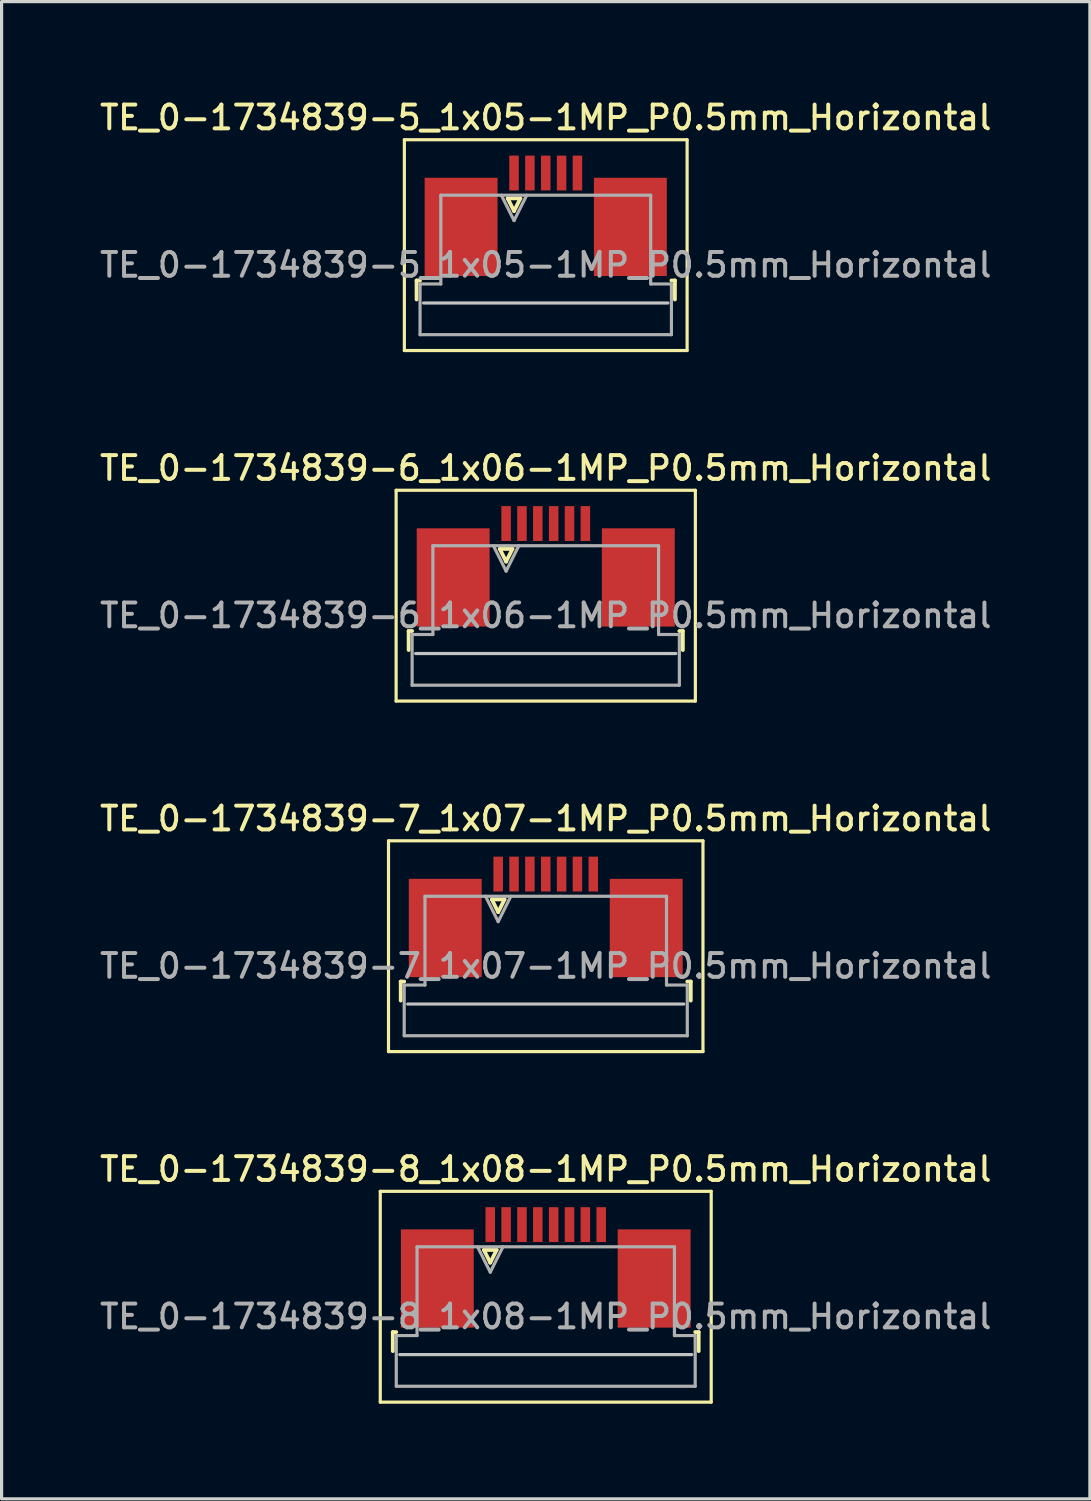
<source format=kicad_pcb>
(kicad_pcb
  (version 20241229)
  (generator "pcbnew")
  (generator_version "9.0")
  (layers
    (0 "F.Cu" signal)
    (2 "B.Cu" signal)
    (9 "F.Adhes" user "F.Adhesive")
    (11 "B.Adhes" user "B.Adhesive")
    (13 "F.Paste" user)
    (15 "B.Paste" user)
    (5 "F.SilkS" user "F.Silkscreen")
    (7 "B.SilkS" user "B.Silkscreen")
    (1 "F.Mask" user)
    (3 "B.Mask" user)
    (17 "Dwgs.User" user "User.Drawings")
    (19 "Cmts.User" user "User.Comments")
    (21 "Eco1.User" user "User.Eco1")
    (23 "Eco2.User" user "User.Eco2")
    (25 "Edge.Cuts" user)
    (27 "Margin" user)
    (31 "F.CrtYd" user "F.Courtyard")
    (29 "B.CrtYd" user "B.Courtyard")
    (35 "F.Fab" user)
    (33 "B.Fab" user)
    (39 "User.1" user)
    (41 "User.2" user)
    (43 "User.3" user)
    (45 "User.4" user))
  (footprint "TE_0-1734839-6_1x06-1MP_P0.5mm_Horizontal"
    (layer "F.Cu")
    (at 14.166 14.816)
    (property "Reference" "TE_0-1734839-6_1x06-1MP_P0.5mm_Horizontal" (at 0 -3.1 0) (layer "F.SilkS") (effects (font (size 0.75 0.75) (thickness 0.125))))
    (attr smd)
    (fp_line (start -4.72 -2.4) (end -4.72 4.25) (stroke (width 0.1) (type solid)) (layer "F.SilkS"))
    (fp_line (start -4.72 4.25) (end 4.72 4.25) (stroke (width 0.1) (type solid)) (layer "F.SilkS"))
    (fp_line (start -4.325 2.04) (end -4.325 2.64) (stroke (width 0.12) (type solid)) (layer "F.SilkS"))
    (fp_line (start -4.215 2.04) (end -4.325 2.04) (stroke (width 0.12) (type solid)) (layer "F.SilkS"))
    (fp_line (start -1.45 -0.55) (end -1.25 -0.15) (stroke (width 0.12) (type solid)) (layer "F.SilkS"))
    (fp_line (start -1.25 -0.15) (end -1.05 -0.55) (stroke (width 0.12) (type solid)) (layer "F.SilkS"))
    (fp_line (start -1.05 -0.55) (end -1.45 -0.55) (stroke (width 0.12) (type solid)) (layer "F.SilkS"))
    (fp_line (start 4.215 2.04) (end 4.325 2.04) (stroke (width 0.12) (type solid)) (layer "F.SilkS"))
    (fp_line (start 4.325 2.04) (end 4.325 2.64) (stroke (width 0.12) (type solid)) (layer "F.SilkS"))
    (fp_line (start 4.72 -2.4) (end -4.72 -2.4) (stroke (width 0.1) (type solid)) (layer "F.SilkS"))
    (fp_line (start 4.72 4.25) (end 4.72 -2.4) (stroke (width 0.1) (type solid)) (layer "F.SilkS"))
    (fp_line (start 4.105 2.75) (end -4.105 2.75) (stroke (width 0.1) (type solid)) (layer "Dwgs.User"))
    (fp_line (start -4.215 2.15) (end -3.56 2.15) (stroke (width 0.1) (type solid)) (layer "F.Fab"))
    (fp_line (start -4.215 3.75) (end -4.215 2.15) (stroke (width 0.1) (type solid)) (layer "F.Fab"))
    (fp_line (start -3.56 -0.65) (end 3.56 -0.65) (stroke (width 0.1) (type solid)) (layer "F.Fab"))
    (fp_line (start -3.56 2.15) (end -3.56 -0.65) (stroke (width 0.1) (type solid)) (layer "F.Fab"))
    (fp_line (start -1.65 -0.65) (end -1.25 0.15) (stroke (width 0.1) (type solid)) (layer "F.Fab"))
    (fp_line (start -1.25 0.15) (end -0.85 -0.65) (stroke (width 0.1) (type solid)) (layer "F.Fab"))
    (fp_line (start 3.56 -0.65) (end 3.56 2.15) (stroke (width 0.1) (type solid)) (layer "F.Fab"))
    (fp_line (start 3.56 2.15) (end 4.215 2.15) (stroke (width 0.1) (type solid)) (layer "F.Fab"))
    (fp_line (start 4.215 2.15) (end 4.215 3.75) (stroke (width 0.1) (type solid)) (layer "F.Fab"))
    (fp_line (start 4.215 3.75) (end -4.215 3.75) (stroke (width 0.1) (type solid)) (layer "F.Fab"))
    (fp_text user "${REFERENCE}" (at 0 1.55 0) (layer "F.Fab") (effects (font (size 0.75 0.75) (thickness 0.125))))
    (pad "1" smd rect (at -1.25 -1.35) (size 0.3 1.1) (layers "F.Cu" "F.Mask" "F.Paste"))
    (pad "2" smd rect (at -0.75 -1.35) (size 0.3 1.1) (layers "F.Cu" "F.Mask" "F.Paste"))
    (pad "3" smd rect (at -0.25 -1.35) (size 0.3 1.1) (layers "F.Cu" "F.Mask" "F.Paste"))
    (pad "4" smd rect (at 0.25 -1.35) (size 0.3 1.1) (layers "F.Cu" "F.Mask" "F.Paste"))
    (pad "5" smd rect (at 0.75 -1.35) (size 0.3 1.1) (layers "F.Cu" "F.Mask" "F.Paste"))
    (pad "6" smd rect (at 1.25 -1.35) (size 0.3 1.1) (layers "F.Cu" "F.Mask" "F.Paste"))
    (pad "MP" smd rect (at -2.92 0.35) (size 2.3 3.1) (layers "F.Cu" "F.Mask" "F.Paste"))
    (pad "MP" smd rect (at 2.92 0.35) (size 2.3 3.1) (layers "F.Cu" "F.Mask" "F.Paste")))
  (footprint "TE_0-1734839-5_1x05-1MP_P0.5mm_Horizontal"
    (layer "F.Cu")
    (at 14.166 3.758)
    (property "Reference" "TE_0-1734839-5_1x05-1MP_P0.5mm_Horizontal" (at 0 -3.1 0) (layer "F.SilkS") (effects (font (size 0.75 0.75) (thickness 0.125))))
    (attr smd)
    (fp_line (start -4.46 -2.4) (end -4.46 4.25) (stroke (width 0.1) (type solid)) (layer "F.SilkS"))
    (fp_line (start -4.46 4.25) (end 4.46 4.25) (stroke (width 0.1) (type solid)) (layer "F.SilkS"))
    (fp_line (start -4.075 2.04) (end -4.075 2.64) (stroke (width 0.12) (type solid)) (layer "F.SilkS"))
    (fp_line (start -3.965 2.04) (end -4.075 2.04) (stroke (width 0.12) (type solid)) (layer "F.SilkS"))
    (fp_line (start -1.2 -0.55) (end -1 -0.15) (stroke (width 0.12) (type solid)) (layer "F.SilkS"))
    (fp_line (start -1 -0.15) (end -0.8 -0.55) (stroke (width 0.12) (type solid)) (layer "F.SilkS"))
    (fp_line (start -0.8 -0.55) (end -1.2 -0.55) (stroke (width 0.12) (type solid)) (layer "F.SilkS"))
    (fp_line (start 3.965 2.04) (end 4.075 2.04) (stroke (width 0.12) (type solid)) (layer "F.SilkS"))
    (fp_line (start 4.075 2.04) (end 4.075 2.64) (stroke (width 0.12) (type solid)) (layer "F.SilkS"))
    (fp_line (start 4.46 -2.4) (end -4.46 -2.4) (stroke (width 0.1) (type solid)) (layer "F.SilkS"))
    (fp_line (start 4.46 4.25) (end 4.46 -2.4) (stroke (width 0.1) (type solid)) (layer "F.SilkS"))
    (fp_line (start 3.855 2.75) (end -3.855 2.75) (stroke (width 0.1) (type solid)) (layer "Dwgs.User"))
    (fp_line (start -3.965 2.15) (end -3.31 2.15) (stroke (width 0.1) (type solid)) (layer "F.Fab"))
    (fp_line (start -3.965 3.75) (end -3.965 2.15) (stroke (width 0.1) (type solid)) (layer "F.Fab"))
    (fp_line (start -3.31 -0.65) (end 3.31 -0.65) (stroke (width 0.1) (type solid)) (layer "F.Fab"))
    (fp_line (start -3.31 2.15) (end -3.31 -0.65) (stroke (width 0.1) (type solid)) (layer "F.Fab"))
    (fp_line (start -1.4 -0.65) (end -1 0.15) (stroke (width 0.1) (type solid)) (layer "F.Fab"))
    (fp_line (start -1 0.15) (end -0.6 -0.65) (stroke (width 0.1) (type solid)) (layer "F.Fab"))
    (fp_line (start 3.31 -0.65) (end 3.31 2.15) (stroke (width 0.1) (type solid)) (layer "F.Fab"))
    (fp_line (start 3.31 2.15) (end 3.965 2.15) (stroke (width 0.1) (type solid)) (layer "F.Fab"))
    (fp_line (start 3.965 2.15) (end 3.965 3.75) (stroke (width 0.1) (type solid)) (layer "F.Fab"))
    (fp_line (start 3.965 3.75) (end -3.965 3.75) (stroke (width 0.1) (type solid)) (layer "F.Fab"))
    (fp_text user "${REFERENCE}" (at 0 1.55 0) (layer "F.Fab") (effects (font (size 0.75 0.75) (thickness 0.125))))
    (pad "1" smd rect (at -1 -1.35) (size 0.3 1.1) (layers "F.Cu" "F.Mask" "F.Paste"))
    (pad "2" smd rect (at -0.5 -1.35) (size 0.3 1.1) (layers "F.Cu" "F.Mask" "F.Paste"))
    (pad "3" smd rect (at 0 -1.35) (size 0.3 1.1) (layers "F.Cu" "F.Mask" "F.Paste"))
    (pad "4" smd rect (at 0.5 -1.35) (size 0.3 1.1) (layers "F.Cu" "F.Mask" "F.Paste"))
    (pad "5" smd rect (at 1 -1.35) (size 0.3 1.1) (layers "F.Cu" "F.Mask" "F.Paste"))
    (pad "MP" smd rect (at -2.67 0.35) (size 2.3 3.1) (layers "F.Cu" "F.Mask" "F.Paste"))
    (pad "MP" smd rect (at 2.67 0.35) (size 2.3 3.1) (layers "F.Cu" "F.Mask" "F.Paste")))
  (footprint "TE_0-1734839-8_1x08-1MP_P0.5mm_Horizontal"
    (layer "F.Cu")
    (at 14.166 36.932)
    (property "Reference" "TE_0-1734839-8_1x08-1MP_P0.5mm_Horizontal" (at 0 -3.1 0) (layer "F.SilkS") (effects (font (size 0.75 0.75) (thickness 0.125))))
    (attr smd)
    (fp_line (start -5.22 -2.4) (end -5.22 4.25) (stroke (width 0.1) (type solid)) (layer "F.SilkS"))
    (fp_line (start -5.22 4.25) (end 5.22 4.25) (stroke (width 0.1) (type solid)) (layer "F.SilkS"))
    (fp_line (start -4.825 2.04) (end -4.825 2.64) (stroke (width 0.12) (type solid)) (layer "F.SilkS"))
    (fp_line (start -4.715 2.04) (end -4.825 2.04) (stroke (width 0.12) (type solid)) (layer "F.SilkS"))
    (fp_line (start -1.95 -0.55) (end -1.75 -0.15) (stroke (width 0.12) (type solid)) (layer "F.SilkS"))
    (fp_line (start -1.75 -0.15) (end -1.55 -0.55) (stroke (width 0.12) (type solid)) (layer "F.SilkS"))
    (fp_line (start -1.55 -0.55) (end -1.95 -0.55) (stroke (width 0.12) (type solid)) (layer "F.SilkS"))
    (fp_line (start 4.715 2.04) (end 4.825 2.04) (stroke (width 0.12) (type solid)) (layer "F.SilkS"))
    (fp_line (start 4.825 2.04) (end 4.825 2.64) (stroke (width 0.12) (type solid)) (layer "F.SilkS"))
    (fp_line (start 5.22 -2.4) (end -5.22 -2.4) (stroke (width 0.1) (type solid)) (layer "F.SilkS"))
    (fp_line (start 5.22 4.25) (end 5.22 -2.4) (stroke (width 0.1) (type solid)) (layer "F.SilkS"))
    (fp_line (start 4.605 2.75) (end -4.605 2.75) (stroke (width 0.1) (type solid)) (layer "Dwgs.User"))
    (fp_line (start -4.715 2.15) (end -4.06 2.15) (stroke (width 0.1) (type solid)) (layer "F.Fab"))
    (fp_line (start -4.715 3.75) (end -4.715 2.15) (stroke (width 0.1) (type solid)) (layer "F.Fab"))
    (fp_line (start -4.06 -0.65) (end 4.06 -0.65) (stroke (width 0.1) (type solid)) (layer "F.Fab"))
    (fp_line (start -4.06 2.15) (end -4.06 -0.65) (stroke (width 0.1) (type solid)) (layer "F.Fab"))
    (fp_line (start -2.15 -0.65) (end -1.75 0.15) (stroke (width 0.1) (type solid)) (layer "F.Fab"))
    (fp_line (start -1.75 0.15) (end -1.35 -0.65) (stroke (width 0.1) (type solid)) (layer "F.Fab"))
    (fp_line (start 4.06 -0.65) (end 4.06 2.15) (stroke (width 0.1) (type solid)) (layer "F.Fab"))
    (fp_line (start 4.06 2.15) (end 4.715 2.15) (stroke (width 0.1) (type solid)) (layer "F.Fab"))
    (fp_line (start 4.715 2.15) (end 4.715 3.75) (stroke (width 0.1) (type solid)) (layer "F.Fab"))
    (fp_line (start 4.715 3.75) (end -4.715 3.75) (stroke (width 0.1) (type solid)) (layer "F.Fab"))
    (fp_text user "${REFERENCE}" (at 0 1.55 0) (layer "F.Fab") (effects (font (size 0.75 0.75) (thickness 0.125))))
    (pad "1" smd rect (at -1.75 -1.35) (size 0.3 1.1) (layers "F.Cu" "F.Mask" "F.Paste"))
    (pad "2" smd rect (at -1.25 -1.35) (size 0.3 1.1) (layers "F.Cu" "F.Mask" "F.Paste"))
    (pad "3" smd rect (at -0.75 -1.35) (size 0.3 1.1) (layers "F.Cu" "F.Mask" "F.Paste"))
    (pad "4" smd rect (at -0.25 -1.35) (size 0.3 1.1) (layers "F.Cu" "F.Mask" "F.Paste"))
    (pad "5" smd rect (at 0.25 -1.35) (size 0.3 1.1) (layers "F.Cu" "F.Mask" "F.Paste"))
    (pad "6" smd rect (at 0.75 -1.35) (size 0.3 1.1) (layers "F.Cu" "F.Mask" "F.Paste"))
    (pad "7" smd rect (at 1.25 -1.35) (size 0.3 1.1) (layers "F.Cu" "F.Mask" "F.Paste"))
    (pad "8" smd rect (at 1.75 -1.35) (size 0.3 1.1) (layers "F.Cu" "F.Mask" "F.Paste"))
    (pad "MP" smd rect (at -3.42 0.35) (size 2.3 3.1) (layers "F.Cu" "F.Mask" "F.Paste"))
    (pad "MP" smd rect (at 3.42 0.35) (size 2.3 3.1) (layers "F.Cu" "F.Mask" "F.Paste")))
  (footprint "TE_0-1734839-7_1x07-1MP_P0.5mm_Horizontal"
    (layer "F.Cu")
    (at 14.166 25.874)
    (property "Reference" "TE_0-1734839-7_1x07-1MP_P0.5mm_Horizontal" (at 0 -3.1 0) (layer "F.SilkS") (effects (font (size 0.75 0.75) (thickness 0.125))))
    (attr smd)
    (fp_line (start -4.96 -2.4) (end -4.96 4.25) (stroke (width 0.1) (type solid)) (layer "F.SilkS"))
    (fp_line (start -4.96 4.25) (end 4.96 4.25) (stroke (width 0.1) (type solid)) (layer "F.SilkS"))
    (fp_line (start -4.575 2.04) (end -4.575 2.64) (stroke (width 0.12) (type solid)) (layer "F.SilkS"))
    (fp_line (start -4.465 2.04) (end -4.575 2.04) (stroke (width 0.12) (type solid)) (layer "F.SilkS"))
    (fp_line (start -1.7 -0.55) (end -1.5 -0.15) (stroke (width 0.12) (type solid)) (layer "F.SilkS"))
    (fp_line (start -1.5 -0.15) (end -1.3 -0.55) (stroke (width 0.12) (type solid)) (layer "F.SilkS"))
    (fp_line (start -1.3 -0.55) (end -1.7 -0.55) (stroke (width 0.12) (type solid)) (layer "F.SilkS"))
    (fp_line (start 4.465 2.04) (end 4.575 2.04) (stroke (width 0.12) (type solid)) (layer "F.SilkS"))
    (fp_line (start 4.575 2.04) (end 4.575 2.64) (stroke (width 0.12) (type solid)) (layer "F.SilkS"))
    (fp_line (start 4.96 -2.4) (end -4.96 -2.4) (stroke (width 0.1) (type solid)) (layer "F.SilkS"))
    (fp_line (start 4.96 4.25) (end 4.96 -2.4) (stroke (width 0.1) (type solid)) (layer "F.SilkS"))
    (fp_line (start 4.355 2.75) (end -4.355 2.75) (stroke (width 0.1) (type solid)) (layer "Dwgs.User"))
    (fp_line (start -4.465 2.15) (end -3.81 2.15) (stroke (width 0.1) (type solid)) (layer "F.Fab"))
    (fp_line (start -4.465 3.75) (end -4.465 2.15) (stroke (width 0.1) (type solid)) (layer "F.Fab"))
    (fp_line (start -3.81 -0.65) (end 3.81 -0.65) (stroke (width 0.1) (type solid)) (layer "F.Fab"))
    (fp_line (start -3.81 2.15) (end -3.81 -0.65) (stroke (width 0.1) (type solid)) (layer "F.Fab"))
    (fp_line (start -1.9 -0.65) (end -1.5 0.15) (stroke (width 0.1) (type solid)) (layer "F.Fab"))
    (fp_line (start -1.5 0.15) (end -1.1 -0.65) (stroke (width 0.1) (type solid)) (layer "F.Fab"))
    (fp_line (start 3.81 -0.65) (end 3.81 2.15) (stroke (width 0.1) (type solid)) (layer "F.Fab"))
    (fp_line (start 3.81 2.15) (end 4.465 2.15) (stroke (width 0.1) (type solid)) (layer "F.Fab"))
    (fp_line (start 4.465 2.15) (end 4.465 3.75) (stroke (width 0.1) (type solid)) (layer "F.Fab"))
    (fp_line (start 4.465 3.75) (end -4.465 3.75) (stroke (width 0.1) (type solid)) (layer "F.Fab"))
    (fp_text user "${REFERENCE}" (at 0 1.55 0) (layer "F.Fab") (effects (font (size 0.75 0.75) (thickness 0.125))))
    (pad "1" smd rect (at -1.5 -1.35) (size 0.3 1.1) (layers "F.Cu" "F.Mask" "F.Paste"))
    (pad "2" smd rect (at -1 -1.35) (size 0.3 1.1) (layers "F.Cu" "F.Mask" "F.Paste"))
    (pad "3" smd rect (at -0.5 -1.35) (size 0.3 1.1) (layers "F.Cu" "F.Mask" "F.Paste"))
    (pad "4" smd rect (at 0 -1.35) (size 0.3 1.1) (layers "F.Cu" "F.Mask" "F.Paste"))
    (pad "5" smd rect (at 0.5 -1.35) (size 0.3 1.1) (layers "F.Cu" "F.Mask" "F.Paste"))
    (pad "6" smd rect (at 1 -1.35) (size 0.3 1.1) (layers "F.Cu" "F.Mask" "F.Paste"))
    (pad "7" smd rect (at 1.5 -1.35) (size 0.3 1.1) (layers "F.Cu" "F.Mask" "F.Paste"))
    (pad "MP" smd rect (at -3.17 0.35) (size 2.3 3.1) (layers "F.Cu" "F.Mask" "F.Paste"))
    (pad "MP" smd rect (at 3.17 0.35) (size 2.3 3.1) (layers "F.Cu" "F.Mask" "F.Paste")))
  (gr_rect
    (start -3 -3)
    (end 31.332 44.233)
    (stroke (width 0.1) (type default))
    (fill no)
    (layer "Edge.Cuts")))
</source>
